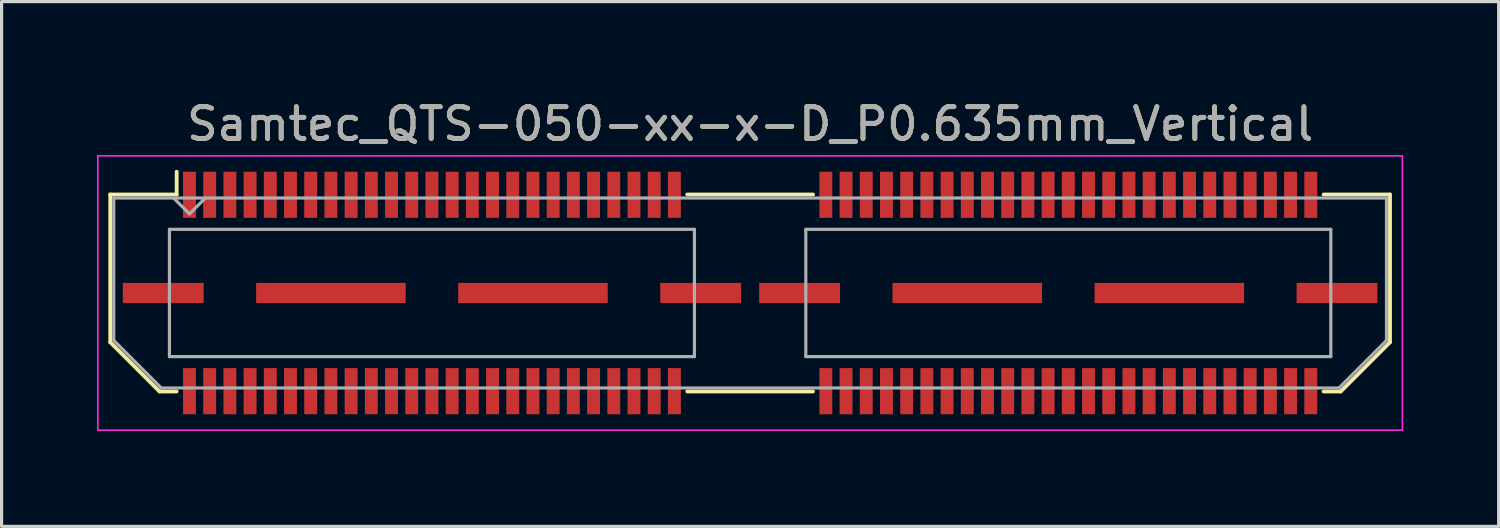
<source format=kicad_pcb>
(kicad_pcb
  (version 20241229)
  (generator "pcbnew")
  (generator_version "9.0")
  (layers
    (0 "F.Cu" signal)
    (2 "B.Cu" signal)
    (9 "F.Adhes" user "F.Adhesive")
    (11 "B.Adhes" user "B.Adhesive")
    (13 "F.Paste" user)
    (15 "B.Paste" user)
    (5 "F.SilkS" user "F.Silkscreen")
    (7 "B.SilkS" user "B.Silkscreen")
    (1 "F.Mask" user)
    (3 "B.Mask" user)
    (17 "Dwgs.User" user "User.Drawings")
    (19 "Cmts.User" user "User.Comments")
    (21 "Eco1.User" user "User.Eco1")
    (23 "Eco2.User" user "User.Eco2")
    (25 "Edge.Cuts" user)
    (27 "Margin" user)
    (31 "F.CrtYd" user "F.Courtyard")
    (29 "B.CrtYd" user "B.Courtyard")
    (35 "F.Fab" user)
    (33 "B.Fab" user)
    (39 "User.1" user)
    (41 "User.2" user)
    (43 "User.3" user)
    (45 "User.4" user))
  (footprint "Samtec_QTS-050-xx-x-D_P0.635mm_Vertical"
    (layer "F.Cu")
    (at 20.525 6.158)
    (property "Reference" "Samtec_QTS-050-xx-x-D_P0.635mm_Vertical" (at 0 -5.31 0) (layer "F.SilkS") (effects (font (size 1 1) (thickness 0.15))))
    (attr smd)
    (fp_line (start -20.11 -3.095) (end -20.11 1.548) (stroke (width 0.12) (type solid)) (layer "F.SilkS"))
    (fp_line (start -20.11 1.548) (end -18.562 3.095) (stroke (width 0.12) (type solid)) (layer "F.SilkS"))
    (fp_line (start -18.562 3.095) (end -18.023 3.095) (stroke (width 0.12) (type solid)) (layer "F.SilkS"))
    (fp_line (start -18.023 -3.811) (end -18.023 -3.095) (stroke (width 0.12) (type solid)) (layer "F.SilkS"))
    (fp_line (start -18.023 -3.095) (end -20.11 -3.095) (stroke (width 0.12) (type solid)) (layer "F.SilkS"))
    (fp_line (start -1.977 -3.095) (end 1.977 -3.095) (stroke (width 0.12) (type solid)) (layer "F.SilkS"))
    (fp_line (start -1.977 3.095) (end 1.977 3.095) (stroke (width 0.12) (type solid)) (layer "F.SilkS"))
    (fp_line (start 18.023 -3.095) (end 20.11 -3.095) (stroke (width 0.12) (type solid)) (layer "F.SilkS"))
    (fp_line (start 18.562 3.095) (end 18.023 3.095) (stroke (width 0.12) (type solid)) (layer "F.SilkS"))
    (fp_line (start 20.11 -3.095) (end 20.11 1.548) (stroke (width 0.12) (type solid)) (layer "F.SilkS"))
    (fp_line (start 20.11 1.548) (end 18.562 3.095) (stroke (width 0.12) (type solid)) (layer "F.SilkS"))
    (fp_line (start -20.5 -4.31) (end -20.5 4.31) (stroke (width 0.05) (type solid)) (layer "F.CrtYd"))
    (fp_line (start -20.5 4.31) (end 20.5 4.31) (stroke (width 0.05) (type solid)) (layer "F.CrtYd"))
    (fp_line (start 20.5 -4.31) (end -20.5 -4.31) (stroke (width 0.05) (type solid)) (layer "F.CrtYd"))
    (fp_line (start 20.5 4.31) (end 20.5 -4.31) (stroke (width 0.05) (type solid)) (layer "F.CrtYd"))
    (fp_line (start -20 -2.985) (end -20 1.492) (stroke (width 0.1) (type solid)) (layer "F.Fab"))
    (fp_line (start -20 -2.985) (end 20 -2.985) (stroke (width 0.1) (type solid)) (layer "F.Fab"))
    (fp_line (start -20 1.492) (end -18.508 2.985) (stroke (width 0.1) (type solid)) (layer "F.Fab"))
    (fp_line (start -18.508 2.985) (end 18.508 2.985) (stroke (width 0.1) (type solid)) (layer "F.Fab"))
    (fp_line (start -18.25 -2) (end -18.25 2) (stroke (width 0.1) (type solid)) (layer "F.Fab"))
    (fp_line (start -18.25 2) (end -1.75 2) (stroke (width 0.1) (type solid)) (layer "F.Fab"))
    (fp_line (start -17.62 -2.485) (end -18.12 -2.985) (stroke (width 0.1) (type solid)) (layer "F.Fab"))
    (fp_line (start -17.12 -2.985) (end -17.62 -2.485) (stroke (width 0.1) (type solid)) (layer "F.Fab"))
    (fp_line (start -1.75 -2) (end -18.25 -2) (stroke (width 0.1) (type solid)) (layer "F.Fab"))
    (fp_line (start -1.75 2) (end -1.75 -2) (stroke (width 0.1) (type solid)) (layer "F.Fab"))
    (fp_line (start 1.75 -2) (end 1.75 2) (stroke (width 0.1) (type solid)) (layer "F.Fab"))
    (fp_line (start 1.75 2) (end 18.25 2) (stroke (width 0.1) (type solid)) (layer "F.Fab"))
    (fp_line (start 18.25 -2) (end 1.75 -2) (stroke (width 0.1) (type solid)) (layer "F.Fab"))
    (fp_line (start 18.25 2) (end 18.25 -2) (stroke (width 0.1) (type solid)) (layer "F.Fab"))
    (fp_line (start 20 -2.985) (end 20 1.492) (stroke (width 0.1) (type solid)) (layer "F.Fab"))
    (fp_line (start 20 1.492) (end 18.508 2.985) (stroke (width 0.1) (type solid)) (layer "F.Fab"))
    (fp_text user "${REFERENCE}" (at 0 -5.31 0) (layer "F.Fab") (effects (font (size 1 1) (thickness 0.15))))
    (pad "1" smd rect (at -17.62 -3.086) (size 0.406 1.45) (layers "F.Cu" "F.Mask" "F.Paste"))
    (pad "2" smd rect (at -17.62 3.086) (size 0.406 1.45) (layers "F.Cu" "F.Mask" "F.Paste"))
    (pad "3" smd rect (at -16.985 -3.086) (size 0.406 1.45) (layers "F.Cu" "F.Mask" "F.Paste"))
    (pad "4" smd rect (at -16.985 3.086) (size 0.406 1.45) (layers "F.Cu" "F.Mask" "F.Paste"))
    (pad "5" smd rect (at -16.35 -3.086) (size 0.406 1.45) (layers "F.Cu" "F.Mask" "F.Paste"))
    (pad "6" smd rect (at -16.35 3.086) (size 0.406 1.45) (layers "F.Cu" "F.Mask" "F.Paste"))
    (pad "7" smd rect (at -15.715 -3.086) (size 0.406 1.45) (layers "F.Cu" "F.Mask" "F.Paste"))
    (pad "8" smd rect (at -15.715 3.086) (size 0.406 1.45) (layers "F.Cu" "F.Mask" "F.Paste"))
    (pad "9" smd rect (at -15.08 -3.086) (size 0.406 1.45) (layers "F.Cu" "F.Mask" "F.Paste"))
    (pad "10" smd rect (at -15.08 3.086) (size 0.406 1.45) (layers "F.Cu" "F.Mask" "F.Paste"))
    (pad "11" smd rect (at -14.445 -3.086) (size 0.406 1.45) (layers "F.Cu" "F.Mask" "F.Paste"))
    (pad "12" smd rect (at -14.445 3.086) (size 0.406 1.45) (layers "F.Cu" "F.Mask" "F.Paste"))
    (pad "13" smd rect (at -13.81 -3.086) (size 0.406 1.45) (layers "F.Cu" "F.Mask" "F.Paste"))
    (pad "14" smd rect (at -13.81 3.086) (size 0.406 1.45) (layers "F.Cu" "F.Mask" "F.Paste"))
    (pad "15" smd rect (at -13.175 -3.086) (size 0.406 1.45) (layers "F.Cu" "F.Mask" "F.Paste"))
    (pad "16" smd rect (at -13.175 3.086) (size 0.406 1.45) (layers "F.Cu" "F.Mask" "F.Paste"))
    (pad "17" smd rect (at -12.54 -3.086) (size 0.406 1.45) (layers "F.Cu" "F.Mask" "F.Paste"))
    (pad "18" smd rect (at -12.54 3.086) (size 0.406 1.45) (layers "F.Cu" "F.Mask" "F.Paste"))
    (pad "19" smd rect (at -11.905 -3.086) (size 0.406 1.45) (layers "F.Cu" "F.Mask" "F.Paste"))
    (pad "20" smd rect (at -11.905 3.086) (size 0.406 1.45) (layers "F.Cu" "F.Mask" "F.Paste"))
    (pad "21" smd rect (at -11.27 -3.086) (size 0.406 1.45) (layers "F.Cu" "F.Mask" "F.Paste"))
    (pad "22" smd rect (at -11.27 3.086) (size 0.406 1.45) (layers "F.Cu" "F.Mask" "F.Paste"))
    (pad "23" smd rect (at -10.635 -3.086) (size 0.406 1.45) (layers "F.Cu" "F.Mask" "F.Paste"))
    (pad "24" smd rect (at -10.635 3.086) (size 0.406 1.45) (layers "F.Cu" "F.Mask" "F.Paste"))
    (pad "25" smd rect (at -10 -3.086) (size 0.406 1.45) (layers "F.Cu" "F.Mask" "F.Paste"))
    (pad "26" smd rect (at -10 3.086) (size 0.406 1.45) (layers "F.Cu" "F.Mask" "F.Paste"))
    (pad "27" smd rect (at -9.365 -3.086) (size 0.406 1.45) (layers "F.Cu" "F.Mask" "F.Paste"))
    (pad "28" smd rect (at -9.365 3.086) (size 0.406 1.45) (layers "F.Cu" "F.Mask" "F.Paste"))
    (pad "29" smd rect (at -8.73 -3.086) (size 0.406 1.45) (layers "F.Cu" "F.Mask" "F.Paste"))
    (pad "30" smd rect (at -8.73 3.086) (size 0.406 1.45) (layers "F.Cu" "F.Mask" "F.Paste"))
    (pad "31" smd rect (at -8.095 -3.086) (size 0.406 1.45) (layers "F.Cu" "F.Mask" "F.Paste"))
    (pad "32" smd rect (at -8.095 3.086) (size 0.406 1.45) (layers "F.Cu" "F.Mask" "F.Paste"))
    (pad "33" smd rect (at -7.46 -3.086) (size 0.406 1.45) (layers "F.Cu" "F.Mask" "F.Paste"))
    (pad "34" smd rect (at -7.46 3.086) (size 0.406 1.45) (layers "F.Cu" "F.Mask" "F.Paste"))
    (pad "35" smd rect (at -6.825 -3.086) (size 0.406 1.45) (layers "F.Cu" "F.Mask" "F.Paste"))
    (pad "36" smd rect (at -6.825 3.086) (size 0.406 1.45) (layers "F.Cu" "F.Mask" "F.Paste"))
    (pad "37" smd rect (at -6.19 -3.086) (size 0.406 1.45) (layers "F.Cu" "F.Mask" "F.Paste"))
    (pad "38" smd rect (at -6.19 3.086) (size 0.406 1.45) (layers "F.Cu" "F.Mask" "F.Paste"))
    (pad "39" smd rect (at -5.555 -3.086) (size 0.406 1.45) (layers "F.Cu" "F.Mask" "F.Paste"))
    (pad "40" smd rect (at -5.555 3.086) (size 0.406 1.45) (layers "F.Cu" "F.Mask" "F.Paste"))
    (pad "41" smd rect (at -4.92 -3.086) (size 0.406 1.45) (layers "F.Cu" "F.Mask" "F.Paste"))
    (pad "42" smd rect (at -4.92 3.086) (size 0.406 1.45) (layers "F.Cu" "F.Mask" "F.Paste"))
    (pad "43" smd rect (at -4.285 -3.086) (size 0.406 1.45) (layers "F.Cu" "F.Mask" "F.Paste"))
    (pad "44" smd rect (at -4.285 3.086) (size 0.406 1.45) (layers "F.Cu" "F.Mask" "F.Paste"))
    (pad "45" smd rect (at -3.65 -3.086) (size 0.406 1.45) (layers "F.Cu" "F.Mask" "F.Paste"))
    (pad "46" smd rect (at -3.65 3.086) (size 0.406 1.45) (layers "F.Cu" "F.Mask" "F.Paste"))
    (pad "47" smd rect (at -3.015 -3.086) (size 0.406 1.45) (layers "F.Cu" "F.Mask" "F.Paste"))
    (pad "48" smd rect (at -3.015 3.086) (size 0.406 1.45) (layers "F.Cu" "F.Mask" "F.Paste"))
    (pad "49" smd rect (at -2.38 -3.086) (size 0.406 1.45) (layers "F.Cu" "F.Mask" "F.Paste"))
    (pad "50" smd rect (at -2.38 3.086) (size 0.406 1.45) (layers "F.Cu" "F.Mask" "F.Paste"))
    (pad "51" smd rect (at 2.38 -3.086) (size 0.406 1.45) (layers "F.Cu" "F.Mask" "F.Paste"))
    (pad "52" smd rect (at 2.38 3.086) (size 0.406 1.45) (layers "F.Cu" "F.Mask" "F.Paste"))
    (pad "53" smd rect (at 3.015 -3.086) (size 0.406 1.45) (layers "F.Cu" "F.Mask" "F.Paste"))
    (pad "54" smd rect (at 3.015 3.086) (size 0.406 1.45) (layers "F.Cu" "F.Mask" "F.Paste"))
    (pad "55" smd rect (at 3.65 -3.086) (size 0.406 1.45) (layers "F.Cu" "F.Mask" "F.Paste"))
    (pad "56" smd rect (at 3.65 3.086) (size 0.406 1.45) (layers "F.Cu" "F.Mask" "F.Paste"))
    (pad "57" smd rect (at 4.285 -3.086) (size 0.406 1.45) (layers "F.Cu" "F.Mask" "F.Paste"))
    (pad "58" smd rect (at 4.285 3.086) (size 0.406 1.45) (layers "F.Cu" "F.Mask" "F.Paste"))
    (pad "59" smd rect (at 4.92 -3.086) (size 0.406 1.45) (layers "F.Cu" "F.Mask" "F.Paste"))
    (pad "60" smd rect (at 4.92 3.086) (size 0.406 1.45) (layers "F.Cu" "F.Mask" "F.Paste"))
    (pad "61" smd rect (at 5.555 -3.086) (size 0.406 1.45) (layers "F.Cu" "F.Mask" "F.Paste"))
    (pad "62" smd rect (at 5.555 3.086) (size 0.406 1.45) (layers "F.Cu" "F.Mask" "F.Paste"))
    (pad "63" smd rect (at 6.19 -3.086) (size 0.406 1.45) (layers "F.Cu" "F.Mask" "F.Paste"))
    (pad "64" smd rect (at 6.19 3.086) (size 0.406 1.45) (layers "F.Cu" "F.Mask" "F.Paste"))
    (pad "65" smd rect (at 6.825 -3.086) (size 0.406 1.45) (layers "F.Cu" "F.Mask" "F.Paste"))
    (pad "66" smd rect (at 6.825 3.086) (size 0.406 1.45) (layers "F.Cu" "F.Mask" "F.Paste"))
    (pad "67" smd rect (at 7.46 -3.086) (size 0.406 1.45) (layers "F.Cu" "F.Mask" "F.Paste"))
    (pad "68" smd rect (at 7.46 3.086) (size 0.406 1.45) (layers "F.Cu" "F.Mask" "F.Paste"))
    (pad "69" smd rect (at 8.095 -3.086) (size 0.406 1.45) (layers "F.Cu" "F.Mask" "F.Paste"))
    (pad "70" smd rect (at 8.095 3.086) (size 0.406 1.45) (layers "F.Cu" "F.Mask" "F.Paste"))
    (pad "71" smd rect (at 8.73 -3.086) (size 0.406 1.45) (layers "F.Cu" "F.Mask" "F.Paste"))
    (pad "72" smd rect (at 8.73 3.086) (size 0.406 1.45) (layers "F.Cu" "F.Mask" "F.Paste"))
    (pad "73" smd rect (at 9.365 -3.086) (size 0.406 1.45) (layers "F.Cu" "F.Mask" "F.Paste"))
    (pad "74" smd rect (at 9.365 3.086) (size 0.406 1.45) (layers "F.Cu" "F.Mask" "F.Paste"))
    (pad "75" smd rect (at 10 -3.086) (size 0.406 1.45) (layers "F.Cu" "F.Mask" "F.Paste"))
    (pad "76" smd rect (at 10 3.086) (size 0.406 1.45) (layers "F.Cu" "F.Mask" "F.Paste"))
    (pad "77" smd rect (at 10.635 -3.086) (size 0.406 1.45) (layers "F.Cu" "F.Mask" "F.Paste"))
    (pad "78" smd rect (at 10.635 3.086) (size 0.406 1.45) (layers "F.Cu" "F.Mask" "F.Paste"))
    (pad "79" smd rect (at 11.27 -3.086) (size 0.406 1.45) (layers "F.Cu" "F.Mask" "F.Paste"))
    (pad "80" smd rect (at 11.27 3.086) (size 0.406 1.45) (layers "F.Cu" "F.Mask" "F.Paste"))
    (pad "81" smd rect (at 11.905 -3.086) (size 0.406 1.45) (layers "F.Cu" "F.Mask" "F.Paste"))
    (pad "82" smd rect (at 11.905 3.086) (size 0.406 1.45) (layers "F.Cu" "F.Mask" "F.Paste"))
    (pad "83" smd rect (at 12.54 -3.086) (size 0.406 1.45) (layers "F.Cu" "F.Mask" "F.Paste"))
    (pad "84" smd rect (at 12.54 3.086) (size 0.406 1.45) (layers "F.Cu" "F.Mask" "F.Paste"))
    (pad "85" smd rect (at 13.175 -3.086) (size 0.406 1.45) (layers "F.Cu" "F.Mask" "F.Paste"))
    (pad "86" smd rect (at 13.175 3.086) (size 0.406 1.45) (layers "F.Cu" "F.Mask" "F.Paste"))
    (pad "87" smd rect (at 13.81 -3.086) (size 0.406 1.45) (layers "F.Cu" "F.Mask" "F.Paste"))
    (pad "88" smd rect (at 13.81 3.086) (size 0.406 1.45) (layers "F.Cu" "F.Mask" "F.Paste"))
    (pad "89" smd rect (at 14.445 -3.086) (size 0.406 1.45) (layers "F.Cu" "F.Mask" "F.Paste"))
    (pad "90" smd rect (at 14.445 3.086) (size 0.406 1.45) (layers "F.Cu" "F.Mask" "F.Paste"))
    (pad "91" smd rect (at 15.08 -3.086) (size 0.406 1.45) (layers "F.Cu" "F.Mask" "F.Paste"))
    (pad "92" smd rect (at 15.08 3.086) (size 0.406 1.45) (layers "F.Cu" "F.Mask" "F.Paste"))
    (pad "93" smd rect (at 15.715 -3.086) (size 0.406 1.45) (layers "F.Cu" "F.Mask" "F.Paste"))
    (pad "94" smd rect (at 15.715 3.086) (size 0.406 1.45) (layers "F.Cu" "F.Mask" "F.Paste"))
    (pad "95" smd rect (at 16.35 -3.086) (size 0.406 1.45) (layers "F.Cu" "F.Mask" "F.Paste"))
    (pad "96" smd rect (at 16.35 3.086) (size 0.406 1.45) (layers "F.Cu" "F.Mask" "F.Paste"))
    (pad "97" smd rect (at 16.985 -3.086) (size 0.406 1.45) (layers "F.Cu" "F.Mask" "F.Paste"))
    (pad "98" smd rect (at 16.985 3.086) (size 0.406 1.45) (layers "F.Cu" "F.Mask" "F.Paste"))
    (pad "99" smd rect (at 17.62 -3.086) (size 0.406 1.45) (layers "F.Cu" "F.Mask" "F.Paste"))
    (pad "100" smd rect (at 17.62 3.086) (size 0.406 1.45) (layers "F.Cu" "F.Mask" "F.Paste"))
    (pad "P1" smd rect (at -18.445 0) (size 2.54 0.635) (layers "F.Cu" "F.Mask" "F.Paste"))
    (pad "P1" smd rect (at -13.175 0) (size 4.7 0.635) (layers "F.Cu" "F.Mask" "F.Paste"))
    (pad "P1" smd rect (at -6.825 0) (size 4.7 0.635) (layers "F.Cu" "F.Mask" "F.Paste"))
    (pad "P1" smd rect (at -1.555 0) (size 2.54 0.635) (layers "F.Cu" "F.Mask" "F.Paste"))
    (pad "P2" smd rect (at 1.555 0) (size 2.54 0.635) (layers "F.Cu" "F.Mask" "F.Paste"))
    (pad "P2" smd rect (at 6.825 0) (size 4.7 0.635) (layers "F.Cu" "F.Mask" "F.Paste"))
    (pad "P2" smd rect (at 13.175 0) (size 4.7 0.635) (layers "F.Cu" "F.Mask" "F.Paste"))
    (pad "P2" smd rect (at 18.445 0) (size 2.54 0.635) (layers "F.Cu" "F.Mask" "F.Paste")))
  (gr_rect
    (start -3 -3)
    (end 44.05 13.493)
    (stroke (width 0.1) (type default))
    (fill no)
    (layer "Edge.Cuts")))
</source>
